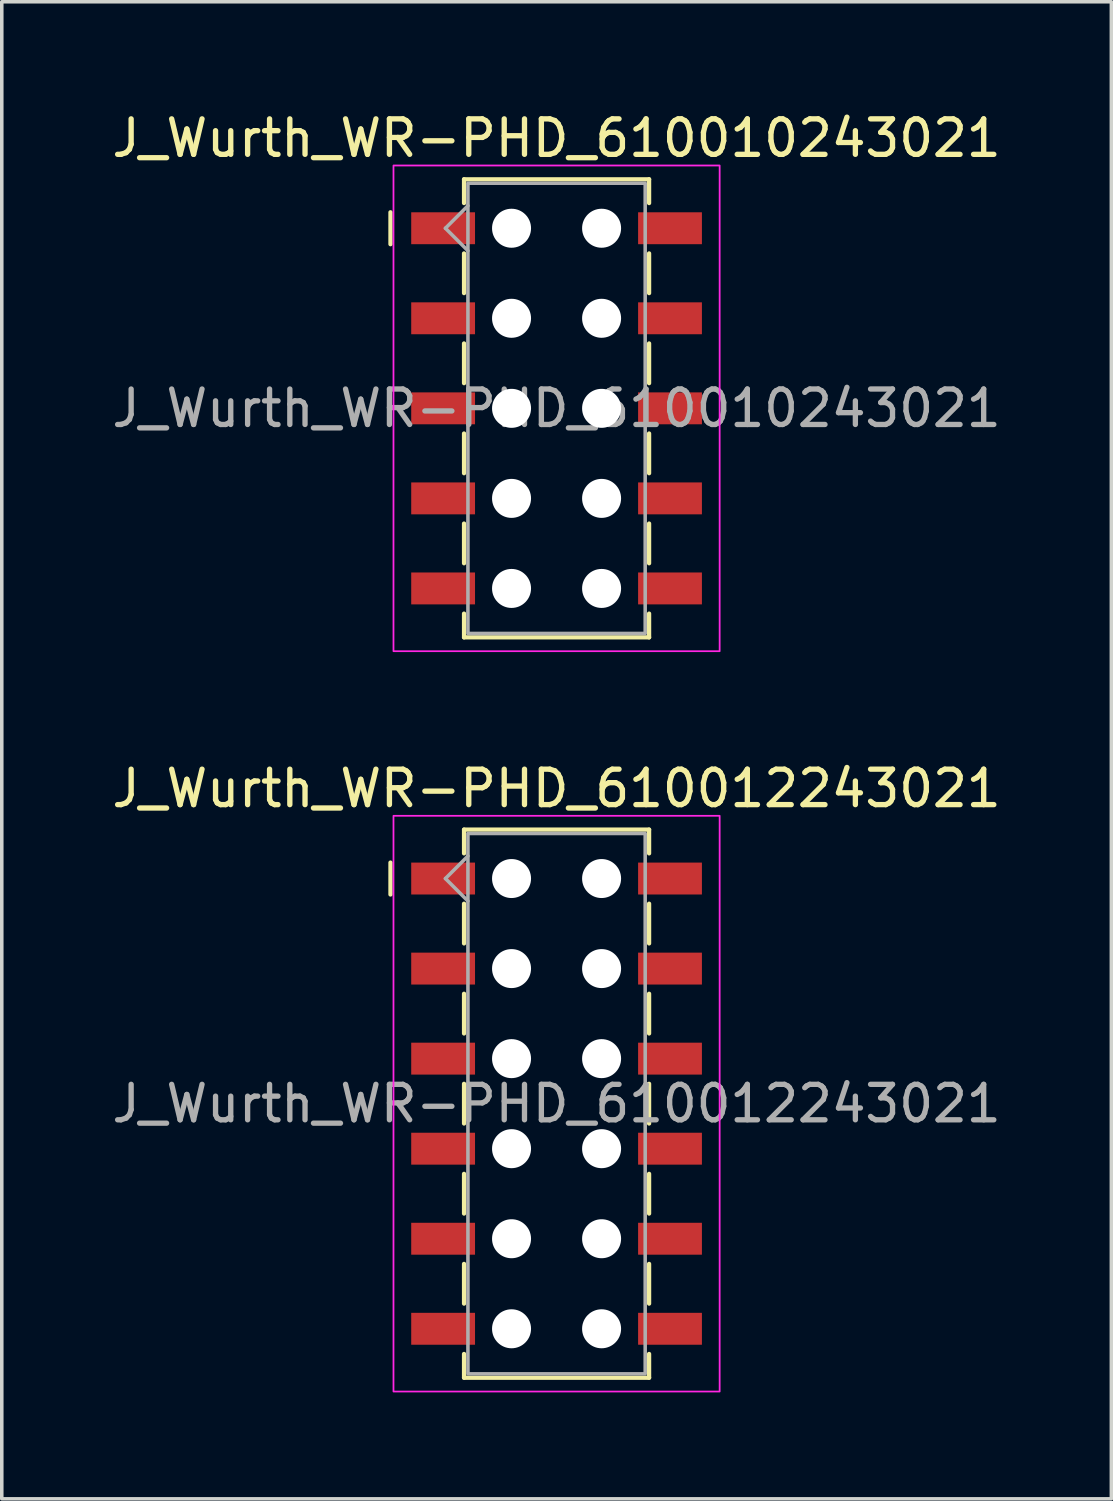
<source format=kicad_pcb>
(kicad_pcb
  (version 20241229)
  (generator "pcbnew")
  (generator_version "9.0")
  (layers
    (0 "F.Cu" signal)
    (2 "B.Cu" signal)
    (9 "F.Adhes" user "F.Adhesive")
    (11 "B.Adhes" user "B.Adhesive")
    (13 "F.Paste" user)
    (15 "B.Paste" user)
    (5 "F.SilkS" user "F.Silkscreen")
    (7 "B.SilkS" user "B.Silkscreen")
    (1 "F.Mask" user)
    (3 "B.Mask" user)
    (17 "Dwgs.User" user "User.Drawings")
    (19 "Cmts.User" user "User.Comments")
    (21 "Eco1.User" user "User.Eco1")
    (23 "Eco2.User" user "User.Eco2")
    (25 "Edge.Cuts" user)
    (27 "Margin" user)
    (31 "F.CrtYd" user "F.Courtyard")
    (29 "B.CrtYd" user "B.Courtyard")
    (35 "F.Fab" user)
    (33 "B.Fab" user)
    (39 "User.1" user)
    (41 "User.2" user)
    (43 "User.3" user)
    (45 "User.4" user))
  (footprint "J_Wurth_WR-PHD_610012243021"
    (layer "F.Cu")
    (at 12.649 28.081)
    (property "Reference" "J_Wurth_WR-PHD_610012243021" (at 0 -8.89 0) (unlocked yes) (layer "F.SilkS") (effects (font (size 1 1) (thickness 0.15))))
    (attr smd)
    (fp_line (start -4.685 -6.8) (end -4.685 -5.9) (stroke (width 0.12) (type solid)) (layer "F.SilkS"))
    (fp_line (start -2.61 -7.73) (end -2.61 -7.06) (stroke (width 0.12) (type solid)) (layer "F.SilkS"))
    (fp_line (start -2.61 -5.64) (end -2.61 -4.52) (stroke (width 0.12) (type solid)) (layer "F.SilkS"))
    (fp_line (start -2.61 -3.1) (end -2.61 -1.98) (stroke (width 0.12) (type solid)) (layer "F.SilkS"))
    (fp_line (start -2.61 -0.56) (end -2.61 0.56) (stroke (width 0.12) (type solid)) (layer "F.SilkS"))
    (fp_line (start -2.61 1.98) (end -2.61 3.1) (stroke (width 0.12) (type solid)) (layer "F.SilkS"))
    (fp_line (start -2.61 4.52) (end -2.61 5.64) (stroke (width 0.12) (type solid)) (layer "F.SilkS"))
    (fp_line (start -2.61 7.06) (end -2.61 7.73) (stroke (width 0.12) (type solid)) (layer "F.SilkS"))
    (fp_line (start 2.61 -7.73) (end -2.61 -7.73) (stroke (width 0.12) (type solid)) (layer "F.SilkS"))
    (fp_line (start 2.61 -7.73) (end 2.61 -7.06) (stroke (width 0.12) (type solid)) (layer "F.SilkS"))
    (fp_line (start 2.61 -5.64) (end 2.61 -4.52) (stroke (width 0.12) (type solid)) (layer "F.SilkS"))
    (fp_line (start 2.61 -3.1) (end 2.61 -1.98) (stroke (width 0.12) (type solid)) (layer "F.SilkS"))
    (fp_line (start 2.61 -0.56) (end 2.61 0.56) (stroke (width 0.12) (type solid)) (layer "F.SilkS"))
    (fp_line (start 2.61 1.98) (end 2.61 3.1) (stroke (width 0.12) (type solid)) (layer "F.SilkS"))
    (fp_line (start 2.61 4.52) (end 2.61 5.64) (stroke (width 0.12) (type solid)) (layer "F.SilkS"))
    (fp_line (start 2.61 7.06) (end 2.61 7.73) (stroke (width 0.12) (type solid)) (layer "F.SilkS"))
    (fp_line (start 2.61 7.73) (end -2.61 7.73) (stroke (width 0.12) (type solid)) (layer "F.SilkS"))
    (fp_rect (start -4.6 -8.12) (end 4.6 8.12) (stroke (width 0.05) (type solid)) (fill no) (layer "F.CrtYd"))
    (fp_line (start -3.135 -6.35) (end -2.5 -6.985) (stroke (width 0.1) (type default)) (layer "F.Fab"))
    (fp_line (start -2.5 -5.715) (end -3.135 -6.35) (stroke (width 0.1) (type default)) (layer "F.Fab"))
    (fp_rect (start -2.5 -7.62) (end 2.5 7.62) (stroke (width 0.1) (type solid)) (fill no) (layer "F.Fab"))
    (fp_text user "${REFERENCE}" (at 0 0 0) (unlocked yes) (layer "F.Fab") (effects (font (size 1 1) (thickness 0.15))))
    (pad "" np_thru_hole circle (at -1.27 -6.35 270) (size 1.1 1.1) (drill 1.1) (layers "*.Cu" "*.Mask"))
    (pad "" np_thru_hole circle (at -1.27 -3.81 270) (size 1.1 1.1) (drill 1.1) (layers "*.Cu" "*.Mask"))
    (pad "" np_thru_hole circle (at -1.27 -1.27 270) (size 1.1 1.1) (drill 1.1) (layers "*.Cu" "*.Mask"))
    (pad "" np_thru_hole circle (at -1.27 1.27 270) (size 1.1 1.1) (drill 1.1) (layers "*.Cu" "*.Mask"))
    (pad "" np_thru_hole circle (at -1.27 3.81 270) (size 1.1 1.1) (drill 1.1) (layers "*.Cu" "*.Mask"))
    (pad "" np_thru_hole circle (at -1.27 6.35 270) (size 1.1 1.1) (drill 1.1) (layers "*.Cu" "*.Mask"))
    (pad "" np_thru_hole circle (at 1.27 -6.35 270) (size 1.1 1.1) (drill 1.1) (layers "*.Cu" "*.Mask"))
    (pad "" np_thru_hole circle (at 1.27 -3.81 270) (size 1.1 1.1) (drill 1.1) (layers "*.Cu" "*.Mask"))
    (pad "" np_thru_hole circle (at 1.27 -1.27 270) (size 1.1 1.1) (drill 1.1) (layers "*.Cu" "*.Mask"))
    (pad "" np_thru_hole circle (at 1.27 1.27 270) (size 1.1 1.1) (drill 1.1) (layers "*.Cu" "*.Mask"))
    (pad "" np_thru_hole circle (at 1.27 3.81 270) (size 1.1 1.1) (drill 1.1) (layers "*.Cu" "*.Mask"))
    (pad "" np_thru_hole circle (at 1.27 6.35 270) (size 1.1 1.1) (drill 1.1) (layers "*.Cu" "*.Mask"))
    (pad "1" smd rect (at -3.2 -6.35 270) (size 0.9 1.8) (layers "F.Cu" "F.Mask" "F.Paste"))
    (pad "2" smd rect (at 3.2 -6.35 270) (size 0.9 1.8) (layers "F.Cu" "F.Mask" "F.Paste"))
    (pad "3" smd rect (at -3.2 -3.81 270) (size 0.9 1.8) (layers "F.Cu" "F.Mask" "F.Paste"))
    (pad "4" smd rect (at 3.2 -3.81 270) (size 0.9 1.8) (layers "F.Cu" "F.Mask" "F.Paste"))
    (pad "5" smd rect (at -3.2 -1.27 270) (size 0.9 1.8) (layers "F.Cu" "F.Mask" "F.Paste"))
    (pad "6" smd rect (at 3.2 -1.27 270) (size 0.9 1.8) (layers "F.Cu" "F.Mask" "F.Paste"))
    (pad "7" smd rect (at -3.2 1.27 270) (size 0.9 1.8) (layers "F.Cu" "F.Mask" "F.Paste"))
    (pad "8" smd rect (at 3.2 1.27 270) (size 0.9 1.8) (layers "F.Cu" "F.Mask" "F.Paste"))
    (pad "9" smd rect (at -3.2 3.81 270) (size 0.9 1.8) (layers "F.Cu" "F.Mask" "F.Paste"))
    (pad "10" smd rect (at 3.2 3.81 270) (size 0.9 1.8) (layers "F.Cu" "F.Mask" "F.Paste"))
    (pad "11" smd rect (at -3.2 6.35 270) (size 0.9 1.8) (layers "F.Cu" "F.Mask" "F.Paste"))
    (pad "12" smd rect (at 3.2 6.35 270) (size 0.9 1.8) (layers "F.Cu" "F.Mask" "F.Paste")))
  (footprint "J_Wurth_WR-PHD_610010243021"
    (layer "F.Cu")
    (at 12.649 8.468)
    (property "Reference" "J_Wurth_WR-PHD_610010243021" (at 0 -7.62 0) (unlocked yes) (layer "F.SilkS") (effects (font (size 1 1) (thickness 0.15))))
    (attr smd)
    (fp_line (start -4.685 -5.53) (end -4.685 -4.63) (stroke (width 0.12) (type solid)) (layer "F.SilkS"))
    (fp_line (start -2.61 -6.46) (end -2.61 -5.79) (stroke (width 0.12) (type solid)) (layer "F.SilkS"))
    (fp_line (start -2.61 -4.37) (end -2.61 -3.25) (stroke (width 0.12) (type solid)) (layer "F.SilkS"))
    (fp_line (start -2.61 -1.83) (end -2.61 -0.71) (stroke (width 0.12) (type solid)) (layer "F.SilkS"))
    (fp_line (start -2.61 0.71) (end -2.61 1.83) (stroke (width 0.12) (type solid)) (layer "F.SilkS"))
    (fp_line (start -2.61 3.25) (end -2.61 4.37) (stroke (width 0.12) (type solid)) (layer "F.SilkS"))
    (fp_line (start -2.61 5.79) (end -2.61 6.46) (stroke (width 0.12) (type solid)) (layer "F.SilkS"))
    (fp_line (start 2.61 -6.46) (end -2.61 -6.46) (stroke (width 0.12) (type solid)) (layer "F.SilkS"))
    (fp_line (start 2.61 -6.46) (end 2.61 -5.79) (stroke (width 0.12) (type solid)) (layer "F.SilkS"))
    (fp_line (start 2.61 -4.37) (end 2.61 -3.25) (stroke (width 0.12) (type solid)) (layer "F.SilkS"))
    (fp_line (start 2.61 -1.83) (end 2.61 -0.71) (stroke (width 0.12) (type solid)) (layer "F.SilkS"))
    (fp_line (start 2.61 0.71) (end 2.61 1.83) (stroke (width 0.12) (type solid)) (layer "F.SilkS"))
    (fp_line (start 2.61 3.25) (end 2.61 4.37) (stroke (width 0.12) (type solid)) (layer "F.SilkS"))
    (fp_line (start 2.61 5.79) (end 2.61 6.46) (stroke (width 0.12) (type solid)) (layer "F.SilkS"))
    (fp_line (start 2.61 6.46) (end -2.61 6.46) (stroke (width 0.12) (type solid)) (layer "F.SilkS"))
    (fp_rect (start -4.6 -6.85) (end 4.6 6.85) (stroke (width 0.05) (type solid)) (fill no) (layer "F.CrtYd"))
    (fp_line (start -3.135 -5.08) (end -2.5 -5.715) (stroke (width 0.1) (type default)) (layer "F.Fab"))
    (fp_line (start -2.5 -4.445) (end -3.135 -5.08) (stroke (width 0.1) (type default)) (layer "F.Fab"))
    (fp_rect (start -2.5 -6.35) (end 2.5 6.35) (stroke (width 0.1) (type solid)) (fill no) (layer "F.Fab"))
    (fp_text user "${REFERENCE}" (at 0 0 0) (unlocked yes) (layer "F.Fab") (effects (font (size 1 1) (thickness 0.15))))
    (pad "" np_thru_hole circle (at -1.27 -5.08 270) (size 1.1 1.1) (drill 1.1) (layers "*.Cu" "*.Mask"))
    (pad "" np_thru_hole circle (at -1.27 -2.54 270) (size 1.1 1.1) (drill 1.1) (layers "*.Cu" "*.Mask"))
    (pad "" np_thru_hole circle (at -1.27 0 270) (size 1.1 1.1) (drill 1.1) (layers "*.Cu" "*.Mask"))
    (pad "" np_thru_hole circle (at -1.27 2.54 270) (size 1.1 1.1) (drill 1.1) (layers "*.Cu" "*.Mask"))
    (pad "" np_thru_hole circle (at -1.27 5.08 270) (size 1.1 1.1) (drill 1.1) (layers "*.Cu" "*.Mask"))
    (pad "" np_thru_hole circle (at 1.27 -5.08 270) (size 1.1 1.1) (drill 1.1) (layers "*.Cu" "*.Mask"))
    (pad "" np_thru_hole circle (at 1.27 -2.54 270) (size 1.1 1.1) (drill 1.1) (layers "*.Cu" "*.Mask"))
    (pad "" np_thru_hole circle (at 1.27 0 270) (size 1.1 1.1) (drill 1.1) (layers "*.Cu" "*.Mask"))
    (pad "" np_thru_hole circle (at 1.27 2.54 270) (size 1.1 1.1) (drill 1.1) (layers "*.Cu" "*.Mask"))
    (pad "" np_thru_hole circle (at 1.27 5.08 270) (size 1.1 1.1) (drill 1.1) (layers "*.Cu" "*.Mask"))
    (pad "1" smd rect (at -3.2 -5.08 270) (size 0.9 1.8) (layers "F.Cu" "F.Mask" "F.Paste"))
    (pad "2" smd rect (at 3.2 -5.08 270) (size 0.9 1.8) (layers "F.Cu" "F.Mask" "F.Paste"))
    (pad "3" smd rect (at -3.2 -2.54 270) (size 0.9 1.8) (layers "F.Cu" "F.Mask" "F.Paste"))
    (pad "4" smd rect (at 3.2 -2.54 270) (size 0.9 1.8) (layers "F.Cu" "F.Mask" "F.Paste"))
    (pad "5" smd rect (at -3.2 0 270) (size 0.9 1.8) (layers "F.Cu" "F.Mask" "F.Paste"))
    (pad "6" smd rect (at 3.2 0 270) (size 0.9 1.8) (layers "F.Cu" "F.Mask" "F.Paste"))
    (pad "7" smd rect (at -3.2 2.54 270) (size 0.9 1.8) (layers "F.Cu" "F.Mask" "F.Paste"))
    (pad "8" smd rect (at 3.2 2.54 270) (size 0.9 1.8) (layers "F.Cu" "F.Mask" "F.Paste"))
    (pad "9" smd rect (at -3.2 5.08 270) (size 0.9 1.8) (layers "F.Cu" "F.Mask" "F.Paste"))
    (pad "10" smd rect (at 3.2 5.08 270) (size 0.9 1.8) (layers "F.Cu" "F.Mask" "F.Paste")))
  (gr_rect
    (start -3 -3)
    (end 28.298 39.227)
    (stroke (width 0.1) (type default))
    (fill no)
    (layer "Edge.Cuts")))
</source>
